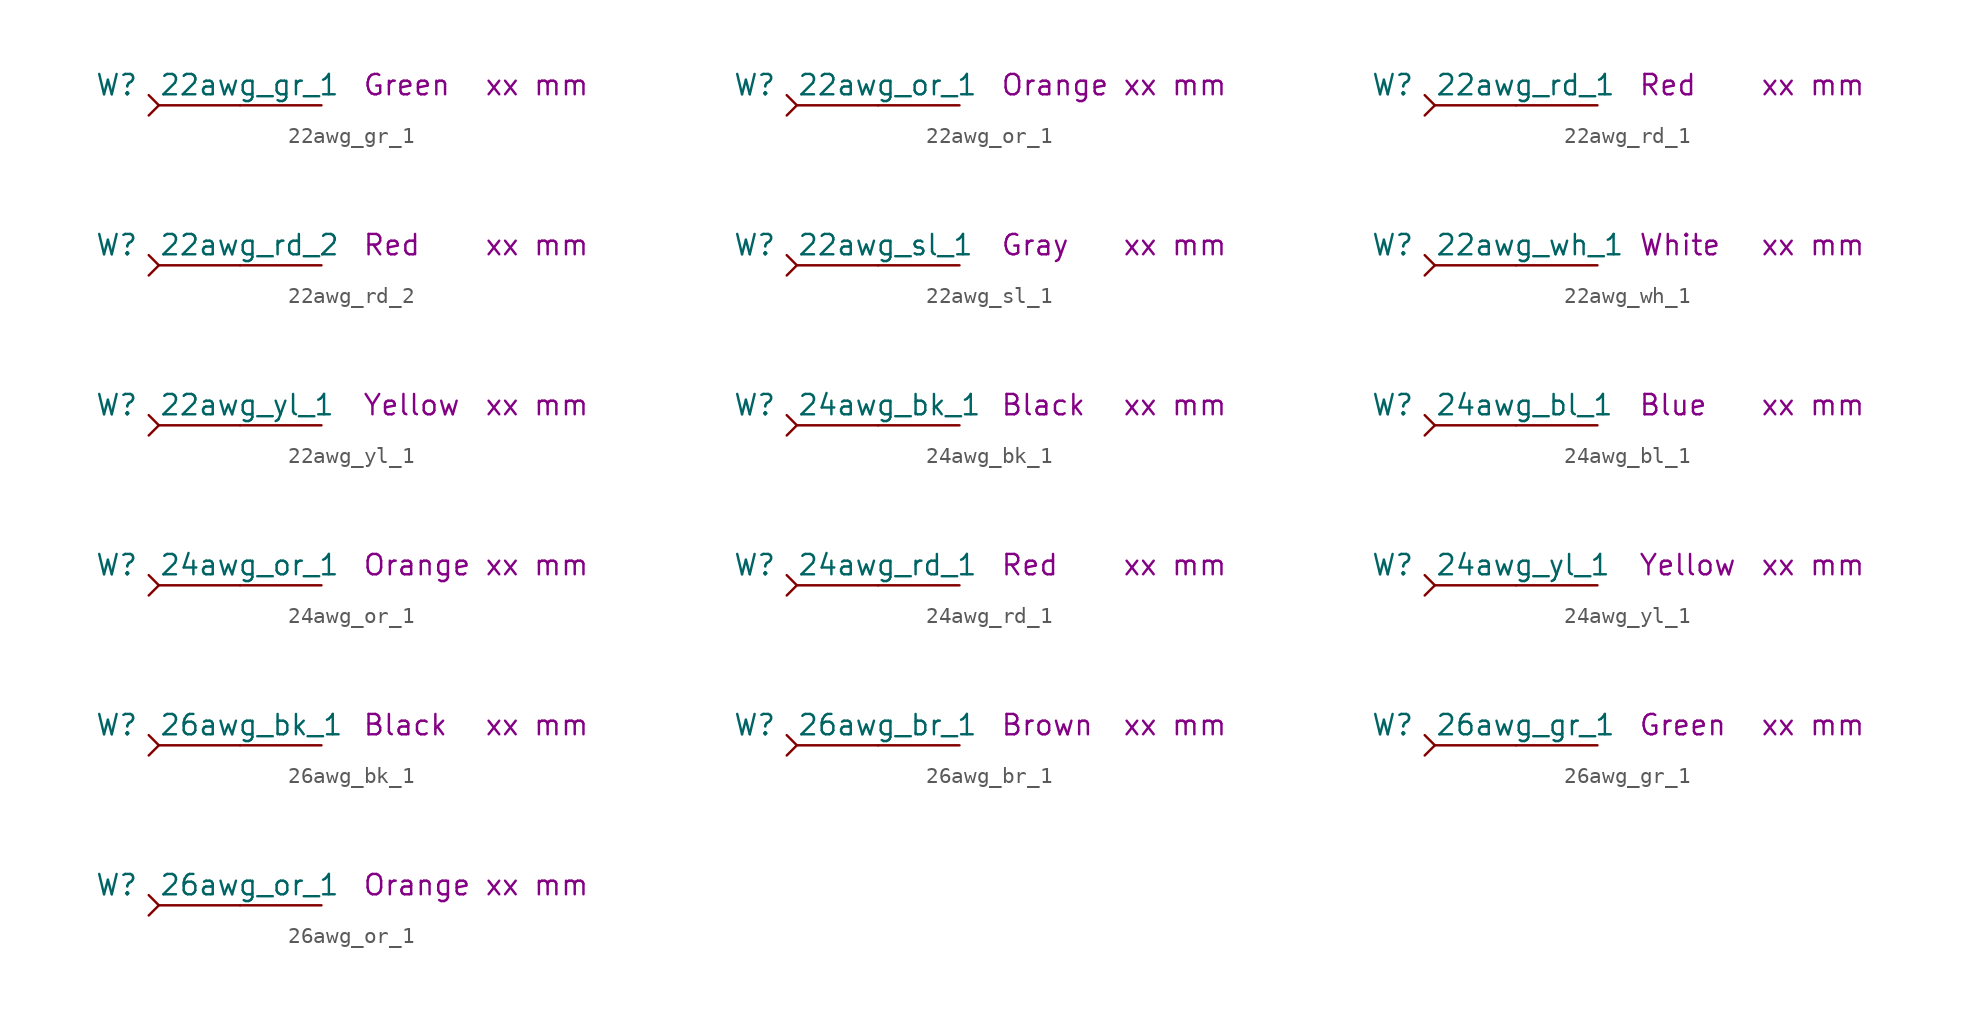
<source format=kicad_sym>
(kicad_symbol_lib
  (version 20220914)
  (generator kicad_symbol_editor)
  (symbol "22awg_gr_1"
    (pin_numbers hide)
    (pin_names
      (offset 0) hide)
    (property "Reference" "W"
      (at -6.35 1.27 0)
      (effects (font (size 1.27 1.27)) (justify right)))
    (property "Value" "22awg_gr_1"
      (at -5.08 1.27 0)
      (effects (font (size 1.27 1.27)) (justify left)))
    (property "Color" "Green"
      (at 7.62 1.27 0)
      (effects (font (size 1.27 1.27)) (justify left)))
    (property "Length" "xx mm"
      (at 15.24 1.27 0)
      (effects (font (size 1.27 1.27)) (justify left)))
    (symbol "22awg_gr_1_0_1"
      (polyline (pts (xy -5.715 0.635) (xy -5.08 0) (xy -5.715 -0.635)) (stroke (width 0) (type default)) (fill (type none))))
    (symbol "22awg_gr_1_1_1"
      (pin bidirectional line (at -5.08 0 0) (length 5.08) (name "X" (effects (font (size 1.27 1.27)))) (number "1" (effects (font (size 1.27 1.27)))))
      (pin bidirectional line (at 5.08 0 180) (length 5.08) (name "Y" (effects (font (size 1.27 1.27)))) (number "2" (effects (font (size 1.27 1.27)))))))
  (symbol "22awg_or_1"
    (pin_numbers hide)
    (pin_names
      (offset 0) hide)
    (property "Reference" "W"
      (at -6.35 1.27 0)
      (effects (font (size 1.27 1.27)) (justify right)))
    (property "Value" "22awg_or_1"
      (at -5.08 1.27 0)
      (effects (font (size 1.27 1.27)) (justify left)))
    (property "Color" "Orange"
      (at 7.62 1.27 0)
      (effects (font (size 1.27 1.27)) (justify left)))
    (property "Length" "xx mm"
      (at 15.24 1.27 0)
      (effects (font (size 1.27 1.27)) (justify left)))
    (symbol "22awg_or_1_0_1"
      (polyline (pts (xy -5.715 0.635) (xy -5.08 0) (xy -5.715 -0.635)) (stroke (width 0) (type default)) (fill (type none))))
    (symbol "22awg_or_1_1_1"
      (pin bidirectional line (at -5.08 0 0) (length 5.08) (name "X" (effects (font (size 1.27 1.27)))) (number "1" (effects (font (size 1.27 1.27)))))
      (pin bidirectional line (at 5.08 0 180) (length 5.08) (name "Y" (effects (font (size 1.27 1.27)))) (number "2" (effects (font (size 1.27 1.27)))))))
  (symbol "22awg_rd_1"
    (pin_numbers hide)
    (pin_names
      (offset 0) hide)
    (property "Reference" "W"
      (at -6.35 1.27 0)
      (effects (font (size 1.27 1.27)) (justify right)))
    (property "Value" "22awg_rd_1"
      (at -5.08 1.27 0)
      (effects (font (size 1.27 1.27)) (justify left)))
    (property "Color" "Red"
      (at 7.62 1.27 0)
      (effects (font (size 1.27 1.27)) (justify left)))
    (property "Length" "xx mm"
      (at 15.24 1.27 0)
      (effects (font (size 1.27 1.27)) (justify left)))
    (symbol "22awg_rd_1_0_1"
      (polyline (pts (xy -5.715 0.635) (xy -5.08 0) (xy -5.715 -0.635)) (stroke (width 0) (type default)) (fill (type none))))
    (symbol "22awg_rd_1_1_1"
      (pin bidirectional line (at -5.08 0 0) (length 5.08) (name "X" (effects (font (size 1.27 1.27)))) (number "1" (effects (font (size 1.27 1.27)))))
      (pin bidirectional line (at 5.08 0 180) (length 5.08) (name "Y" (effects (font (size 1.27 1.27)))) (number "2" (effects (font (size 1.27 1.27)))))))
  (symbol "22awg_rd_2"
    (pin_numbers hide)
    (pin_names
      (offset 0) hide)
    (property "Reference" "W"
      (at -6.35 1.27 0)
      (effects (font (size 1.27 1.27)) (justify right)))
    (property "Value" "22awg_rd_2"
      (at -5.08 1.27 0)
      (effects (font (size 1.27 1.27)) (justify left)))
    (property "Color" "Red"
      (at 7.62 1.27 0)
      (effects (font (size 1.27 1.27)) (justify left)))
    (property "Length" "xx mm"
      (at 15.24 1.27 0)
      (effects (font (size 1.27 1.27)) (justify left)))
    (symbol "22awg_rd_2_0_1"
      (polyline (pts (xy -5.715 0.635) (xy -5.08 0) (xy -5.715 -0.635)) (stroke (width 0) (type default)) (fill (type none))))
    (symbol "22awg_rd_2_1_1"
      (pin bidirectional line (at -5.08 0 0) (length 5.08) (name "X" (effects (font (size 1.27 1.27)))) (number "1" (effects (font (size 1.27 1.27)))))
      (pin bidirectional line (at 5.08 0 180) (length 5.08) (name "Y" (effects (font (size 1.27 1.27)))) (number "2" (effects (font (size 1.27 1.27)))))))
  (symbol "22awg_sl_1"
    (pin_numbers hide)
    (pin_names
      (offset 0) hide)
    (property "Reference" "W"
      (at -6.35 1.27 0)
      (effects (font (size 1.27 1.27)) (justify right)))
    (property "Value" "22awg_sl_1"
      (at -5.08 1.27 0)
      (effects (font (size 1.27 1.27)) (justify left)))
    (property "Color" "Gray"
      (at 7.62 1.27 0)
      (effects (font (size 1.27 1.27)) (justify left)))
    (property "Length" "xx mm"
      (at 15.24 1.27 0)
      (effects (font (size 1.27 1.27)) (justify left)))
    (symbol "22awg_sl_1_0_1"
      (polyline (pts (xy -5.715 0.635) (xy -5.08 0) (xy -5.715 -0.635)) (stroke (width 0) (type default)) (fill (type none))))
    (symbol "22awg_sl_1_1_1"
      (pin bidirectional line (at -5.08 0 0) (length 5.08) (name "X" (effects (font (size 1.27 1.27)))) (number "1" (effects (font (size 1.27 1.27)))))
      (pin bidirectional line (at 5.08 0 180) (length 5.08) (name "Y" (effects (font (size 1.27 1.27)))) (number "2" (effects (font (size 1.27 1.27)))))))
  (symbol "22awg_wh_1"
    (pin_numbers hide)
    (pin_names
      (offset 0) hide)
    (property "Reference" "W"
      (at -6.35 1.27 0)
      (effects (font (size 1.27 1.27)) (justify right)))
    (property "Value" "22awg_wh_1"
      (at -5.08 1.27 0)
      (effects (font (size 1.27 1.27)) (justify left)))
    (property "Color" "White"
      (at 7.62 1.27 0)
      (effects (font (size 1.27 1.27)) (justify left)))
    (property "Length" "xx mm"
      (at 15.24 1.27 0)
      (effects (font (size 1.27 1.27)) (justify left)))
    (symbol "22awg_wh_1_0_1"
      (polyline (pts (xy -5.715 0.635) (xy -5.08 0) (xy -5.715 -0.635)) (stroke (width 0) (type default)) (fill (type none))))
    (symbol "22awg_wh_1_1_1"
      (pin bidirectional line (at -5.08 0 0) (length 5.08) (name "X" (effects (font (size 1.27 1.27)))) (number "1" (effects (font (size 1.27 1.27)))))
      (pin bidirectional line (at 5.08 0 180) (length 5.08) (name "Y" (effects (font (size 1.27 1.27)))) (number "2" (effects (font (size 1.27 1.27)))))))
  (symbol "22awg_yl_1"
    (pin_numbers hide)
    (pin_names
      (offset 0) hide)
    (property "Reference" "W"
      (at -6.35 1.27 0)
      (effects (font (size 1.27 1.27)) (justify right)))
    (property "Value" "22awg_yl_1"
      (at -5.08 1.27 0)
      (effects (font (size 1.27 1.27)) (justify left)))
    (property "Color" "Yellow"
      (at 7.62 1.27 0)
      (effects (font (size 1.27 1.27)) (justify left)))
    (property "Length" "xx mm"
      (at 15.24 1.27 0)
      (effects (font (size 1.27 1.27)) (justify left)))
    (symbol "22awg_yl_1_0_1"
      (polyline (pts (xy -5.715 0.635) (xy -5.08 0) (xy -5.715 -0.635)) (stroke (width 0) (type default)) (fill (type none))))
    (symbol "22awg_yl_1_1_1"
      (pin bidirectional line (at -5.08 0 0) (length 5.08) (name "X" (effects (font (size 1.27 1.27)))) (number "1" (effects (font (size 1.27 1.27)))))
      (pin bidirectional line (at 5.08 0 180) (length 5.08) (name "Y" (effects (font (size 1.27 1.27)))) (number "2" (effects (font (size 1.27 1.27)))))))
  (symbol "24awg_bk_1"
    (pin_numbers hide)
    (pin_names
      (offset 0) hide)
    (property "Reference" "W"
      (at -6.35 1.27 0)
      (effects (font (size 1.27 1.27)) (justify right)))
    (property "Value" "24awg_bk_1"
      (at -5.08 1.27 0)
      (effects (font (size 1.27 1.27)) (justify left)))
    (property "Color" "Black"
      (at 7.62 1.27 0)
      (effects (font (size 1.27 1.27)) (justify left)))
    (property "Length" "xx mm"
      (at 15.24 1.27 0)
      (effects (font (size 1.27 1.27)) (justify left)))
    (symbol "24awg_bk_1_0_1"
      (polyline (pts (xy -5.715 0.635) (xy -5.08 0) (xy -5.715 -0.635)) (stroke (width 0) (type default)) (fill (type none))))
    (symbol "24awg_bk_1_1_1"
      (pin bidirectional line (at -5.08 0 0) (length 5.08) (name "X" (effects (font (size 1.27 1.27)))) (number "1" (effects (font (size 1.27 1.27)))))
      (pin bidirectional line (at 5.08 0 180) (length 5.08) (name "Y" (effects (font (size 1.27 1.27)))) (number "2" (effects (font (size 1.27 1.27)))))))
  (symbol "24awg_bl_1"
    (pin_numbers hide)
    (pin_names
      (offset 0) hide)
    (property "Reference" "W"
      (at -6.35 1.27 0)
      (effects (font (size 1.27 1.27)) (justify right)))
    (property "Value" "24awg_bl_1"
      (at -5.08 1.27 0)
      (effects (font (size 1.27 1.27)) (justify left)))
    (property "Color" "Blue"
      (at 7.62 1.27 0)
      (effects (font (size 1.27 1.27)) (justify left)))
    (property "Length" "xx mm"
      (at 15.24 1.27 0)
      (effects (font (size 1.27 1.27)) (justify left)))
    (symbol "24awg_bl_1_0_1"
      (polyline (pts (xy -5.715 0.635) (xy -5.08 0) (xy -5.715 -0.635)) (stroke (width 0) (type default)) (fill (type none))))
    (symbol "24awg_bl_1_1_1"
      (pin bidirectional line (at -5.08 0 0) (length 5.08) (name "X" (effects (font (size 1.27 1.27)))) (number "1" (effects (font (size 1.27 1.27)))))
      (pin bidirectional line (at 5.08 0 180) (length 5.08) (name "Y" (effects (font (size 1.27 1.27)))) (number "2" (effects (font (size 1.27 1.27)))))))
  (symbol "24awg_or_1"
    (pin_numbers hide)
    (pin_names
      (offset 0) hide)
    (property "Reference" "W"
      (at -6.35 1.27 0)
      (effects (font (size 1.27 1.27)) (justify right)))
    (property "Value" "24awg_or_1"
      (at -5.08 1.27 0)
      (effects (font (size 1.27 1.27)) (justify left)))
    (property "Color" "Orange"
      (at 7.62 1.27 0)
      (effects (font (size 1.27 1.27)) (justify left)))
    (property "Length" "xx mm"
      (at 15.24 1.27 0)
      (effects (font (size 1.27 1.27)) (justify left)))
    (symbol "24awg_or_1_0_1"
      (polyline (pts (xy -5.715 0.635) (xy -5.08 0) (xy -5.715 -0.635)) (stroke (width 0) (type default)) (fill (type none))))
    (symbol "24awg_or_1_1_1"
      (pin bidirectional line (at -5.08 0 0) (length 5.08) (name "X" (effects (font (size 1.27 1.27)))) (number "1" (effects (font (size 1.27 1.27)))))
      (pin bidirectional line (at 5.08 0 180) (length 5.08) (name "Y" (effects (font (size 1.27 1.27)))) (number "2" (effects (font (size 1.27 1.27)))))))
  (symbol "24awg_rd_1"
    (pin_numbers hide)
    (pin_names
      (offset 0) hide)
    (property "Reference" "W"
      (at -6.35 1.27 0)
      (effects (font (size 1.27 1.27)) (justify right)))
    (property "Value" "24awg_rd_1"
      (at -5.08 1.27 0)
      (effects (font (size 1.27 1.27)) (justify left)))
    (property "Color" "Red"
      (at 7.62 1.27 0)
      (effects (font (size 1.27 1.27)) (justify left)))
    (property "Length" "xx mm"
      (at 15.24 1.27 0)
      (effects (font (size 1.27 1.27)) (justify left)))
    (symbol "24awg_rd_1_0_1"
      (polyline (pts (xy -5.715 0.635) (xy -5.08 0) (xy -5.715 -0.635)) (stroke (width 0) (type default)) (fill (type none))))
    (symbol "24awg_rd_1_1_1"
      (pin bidirectional line (at -5.08 0 0) (length 5.08) (name "X" (effects (font (size 1.27 1.27)))) (number "1" (effects (font (size 1.27 1.27)))))
      (pin bidirectional line (at 5.08 0 180) (length 5.08) (name "Y" (effects (font (size 1.27 1.27)))) (number "2" (effects (font (size 1.27 1.27)))))))
  (symbol "24awg_yl_1"
    (pin_numbers hide)
    (pin_names
      (offset 0) hide)
    (property "Reference" "W"
      (at -6.35 1.27 0)
      (effects (font (size 1.27 1.27)) (justify right)))
    (property "Value" "24awg_yl_1"
      (at -5.08 1.27 0)
      (effects (font (size 1.27 1.27)) (justify left)))
    (property "Color" "Yellow"
      (at 7.62 1.27 0)
      (effects (font (size 1.27 1.27)) (justify left)))
    (property "Length" "xx mm"
      (at 15.24 1.27 0)
      (effects (font (size 1.27 1.27)) (justify left)))
    (symbol "24awg_yl_1_0_1"
      (polyline (pts (xy -5.715 0.635) (xy -5.08 0) (xy -5.715 -0.635)) (stroke (width 0) (type default)) (fill (type none))))
    (symbol "24awg_yl_1_1_1"
      (pin bidirectional line (at -5.08 0 0) (length 5.08) (name "X" (effects (font (size 1.27 1.27)))) (number "1" (effects (font (size 1.27 1.27)))))
      (pin bidirectional line (at 5.08 0 180) (length 5.08) (name "Y" (effects (font (size 1.27 1.27)))) (number "2" (effects (font (size 1.27 1.27)))))))
  (symbol "26awg_bk_1"
    (pin_numbers hide)
    (pin_names
      (offset 0) hide)
    (property "Reference" "W"
      (at -6.35 1.27 0)
      (effects (font (size 1.27 1.27)) (justify right)))
    (property "Value" "26awg_bk_1"
      (at -5.08 1.27 0)
      (effects (font (size 1.27 1.27)) (justify left)))
    (property "Color" "Black"
      (at 7.62 1.27 0)
      (effects (font (size 1.27 1.27)) (justify left)))
    (property "Length" "xx mm"
      (at 15.24 1.27 0)
      (effects (font (size 1.27 1.27)) (justify left)))
    (symbol "26awg_bk_1_0_1"
      (polyline (pts (xy -5.715 0.635) (xy -5.08 0) (xy -5.715 -0.635)) (stroke (width 0) (type default)) (fill (type none))))
    (symbol "26awg_bk_1_1_1"
      (pin bidirectional line (at -5.08 0 0) (length 5.08) (name "X" (effects (font (size 1.27 1.27)))) (number "1" (effects (font (size 1.27 1.27)))))
      (pin bidirectional line (at 5.08 0 180) (length 5.08) (name "Y" (effects (font (size 1.27 1.27)))) (number "2" (effects (font (size 1.27 1.27)))))))
  (symbol "26awg_br_1"
    (pin_numbers hide)
    (pin_names
      (offset 0) hide)
    (property "Reference" "W"
      (at -6.35 1.27 0)
      (effects (font (size 1.27 1.27)) (justify right)))
    (property "Value" "26awg_br_1"
      (at -5.08 1.27 0)
      (effects (font (size 1.27 1.27)) (justify left)))
    (property "Color" "Brown"
      (at 7.62 1.27 0)
      (effects (font (size 1.27 1.27)) (justify left)))
    (property "Length" "xx mm"
      (at 15.24 1.27 0)
      (effects (font (size 1.27 1.27)) (justify left)))
    (symbol "26awg_br_1_0_1"
      (polyline (pts (xy -5.715 0.635) (xy -5.08 0) (xy -5.715 -0.635)) (stroke (width 0) (type default)) (fill (type none))))
    (symbol "26awg_br_1_1_1"
      (pin bidirectional line (at -5.08 0 0) (length 5.08) (name "X" (effects (font (size 1.27 1.27)))) (number "1" (effects (font (size 1.27 1.27)))))
      (pin bidirectional line (at 5.08 0 180) (length 5.08) (name "Y" (effects (font (size 1.27 1.27)))) (number "2" (effects (font (size 1.27 1.27)))))))
  (symbol "26awg_gr_1"
    (pin_numbers hide)
    (pin_names
      (offset 0) hide)
    (property "Reference" "W"
      (at -6.35 1.27 0)
      (effects (font (size 1.27 1.27)) (justify right)))
    (property "Value" "26awg_gr_1"
      (at -5.08 1.27 0)
      (effects (font (size 1.27 1.27)) (justify left)))
    (property "Color" "Green"
      (at 7.62 1.27 0)
      (effects (font (size 1.27 1.27)) (justify left)))
    (property "Length" "xx mm"
      (at 15.24 1.27 0)
      (effects (font (size 1.27 1.27)) (justify left)))
    (symbol "26awg_gr_1_0_1"
      (polyline (pts (xy -5.715 0.635) (xy -5.08 0) (xy -5.715 -0.635)) (stroke (width 0) (type default)) (fill (type none))))
    (symbol "26awg_gr_1_1_1"
      (pin bidirectional line (at -5.08 0 0) (length 5.08) (name "X" (effects (font (size 1.27 1.27)))) (number "1" (effects (font (size 1.27 1.27)))))
      (pin bidirectional line (at 5.08 0 180) (length 5.08) (name "Y" (effects (font (size 1.27 1.27)))) (number "2" (effects (font (size 1.27 1.27)))))))
  (symbol "26awg_or_1"
    (pin_numbers hide)
    (pin_names
      (offset 0) hide)
    (property "Reference" "W"
      (at -6.35 1.27 0)
      (effects (font (size 1.27 1.27)) (justify right)))
    (property "Value" "26awg_or_1"
      (at -5.08 1.27 0)
      (effects (font (size 1.27 1.27)) (justify left)))
    (property "Color" "Orange"
      (at 7.62 1.27 0)
      (effects (font (size 1.27 1.27)) (justify left)))
    (property "Length" "xx mm"
      (at 15.24 1.27 0)
      (effects (font (size 1.27 1.27)) (justify left)))
    (symbol "26awg_or_1_0_1"
      (polyline (pts (xy -5.715 0.635) (xy -5.08 0) (xy -5.715 -0.635)) (stroke (width 0) (type default)) (fill (type none))))
    (symbol "26awg_or_1_1_1"
      (pin bidirectional line (at -5.08 0 0) (length 5.08) (name "X" (effects (font (size 1.27 1.27)))) (number "1" (effects (font (size 1.27 1.27)))))
      (pin bidirectional line (at 5.08 0 180) (length 5.08) (name "Y" (effects (font (size 1.27 1.27)))) (number "2" (effects (font (size 1.27 1.27))))))))
</source>
